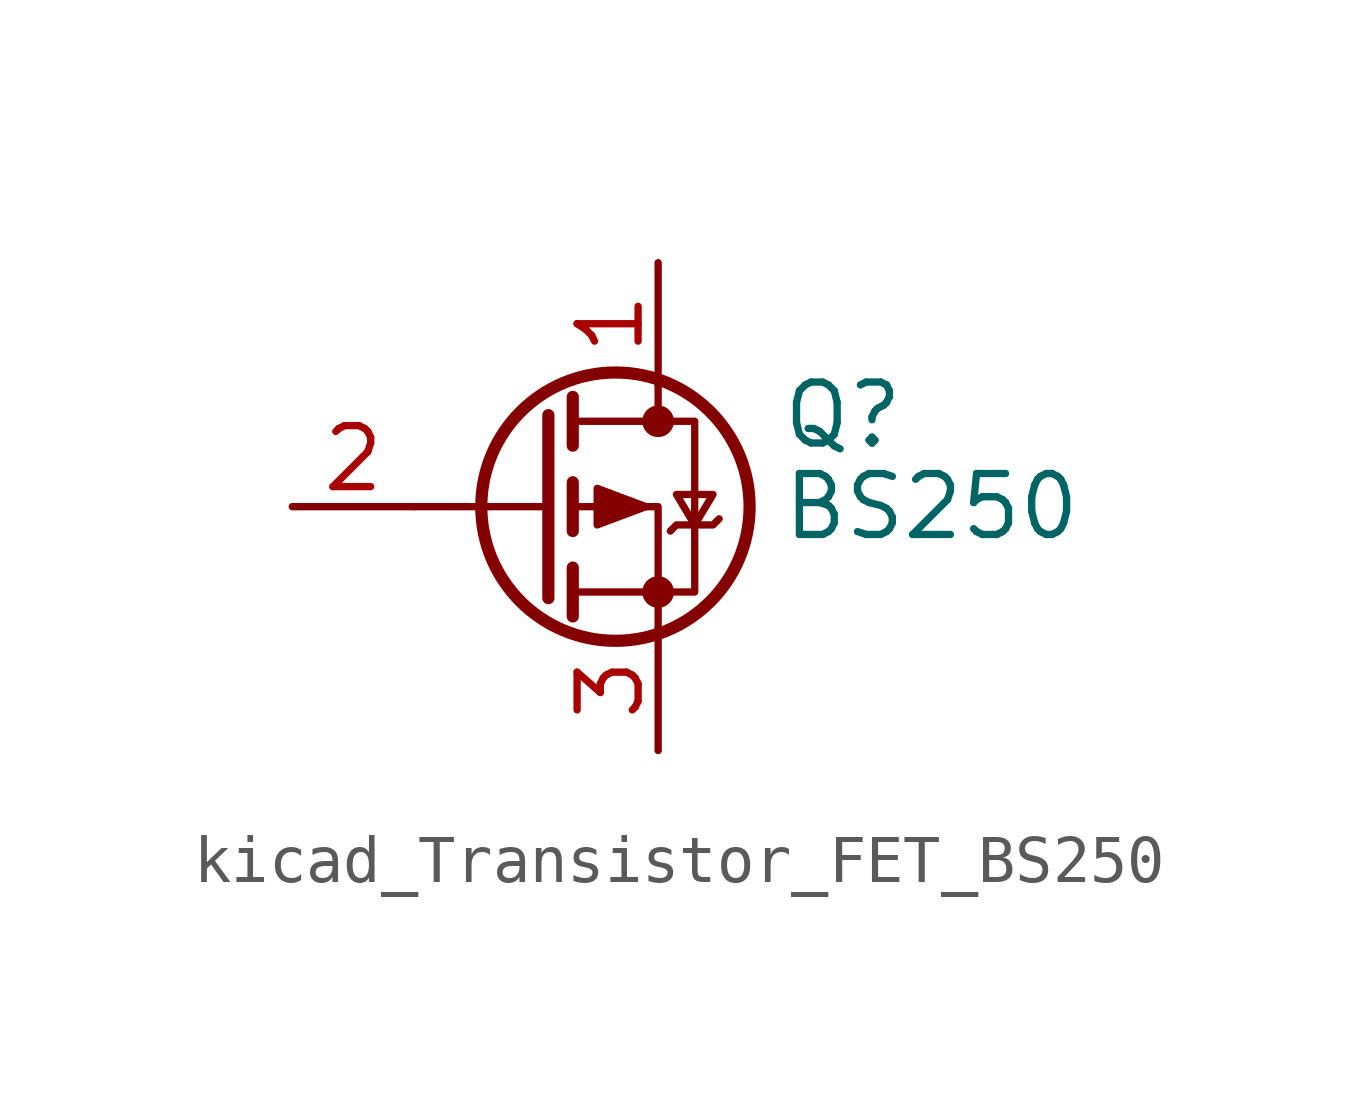
<source format=kicad_sym>
(kicad_symbol_lib
  (version 20220914)
  (generator kicad_symbol_editor)
  (symbol "kicad_Transistor_FET_BS250"
    (pin_names hide)
    (property "Reference" "Q"
      (at 5.08 1.905 0)
      (effects (font (size 1.27 1.27)) (justify left)))
    (property "Value" "BS250"
      (at 5.08 0 0)
      (effects (font (size 1.27 1.27)) (justify left)))
    (symbol "kicad_Transistor_FET_BS250_0_1"
      (polyline (pts (xy 0.254 0) (xy -2.54 0)) (stroke (width 0) (type default)) (fill (type none)))
      (polyline (pts (xy 0.254 1.905) (xy 0.254 -1.905)) (stroke (width 0.254) (type default)) (fill (type none)))
      (polyline (pts (xy 0.762 -1.27) (xy 0.762 -2.286)) (stroke (width 0.254) (type default)) (fill (type none)))
      (polyline (pts (xy 0.762 0.508) (xy 0.762 -0.508)) (stroke (width 0.254) (type default)) (fill (type none)))
      (polyline (pts (xy 0.762 2.286) (xy 0.762 1.27)) (stroke (width 0.254) (type default)) (fill (type none)))
      (polyline (pts (xy 2.54 2.54) (xy 2.54 1.778)) (stroke (width 0) (type default)) (fill (type none)))
      (polyline (pts (xy 2.54 -2.54) (xy 2.54 0) (xy 0.762 0)) (stroke (width 0) (type default)) (fill (type none)))
      (polyline (pts (xy 0.762 1.778) (xy 3.302 1.778) (xy 3.302 -1.778) (xy 0.762 -1.778)) (stroke (width 0) (type default)) (fill (type none)))
      (polyline (pts (xy 2.286 0) (xy 1.27 0.381) (xy 1.27 -0.381) (xy 2.286 0)) (stroke (width 0) (type default)) (fill (type outline)))
      (polyline (pts (xy 2.794 -0.508) (xy 2.921 -0.381) (xy 3.683 -0.381) (xy 3.81 -0.254)) (stroke (width 0) (type default)) (fill (type none)))
      (polyline (pts (xy 3.302 -0.381) (xy 2.921 0.254) (xy 3.683 0.254) (xy 3.302 -0.381)) (stroke (width 0) (type default)) (fill (type none)))
      (circle (center 1.651 0) (radius 2.794) (stroke (width 0.254) (type default)) (fill (type none)))
      (circle (center 2.54 -1.778) (radius 0.254) (stroke (width 0) (type default)) (fill (type outline)))
      (circle (center 2.54 1.778) (radius 0.254) (stroke (width 0) (type default)) (fill (type outline))))
    (symbol "kicad_Transistor_FET_BS250_1_1"
      (pin passive line (at 2.54 5.08 270) (length 2.54) (name "D" (effects (font (size 1.27 1.27)))) (number "1" (effects (font (size 1.27 1.27)))))
      (pin input line (at -5.08 0 0) (length 2.54) (name "G" (effects (font (size 1.27 1.27)))) (number "2" (effects (font (size 1.27 1.27)))))
      (pin passive line (at 2.54 -5.08 90) (length 2.54) (name "S" (effects (font (size 1.27 1.27)))) (number "3" (effects (font (size 1.27 1.27))))))))
</source>
